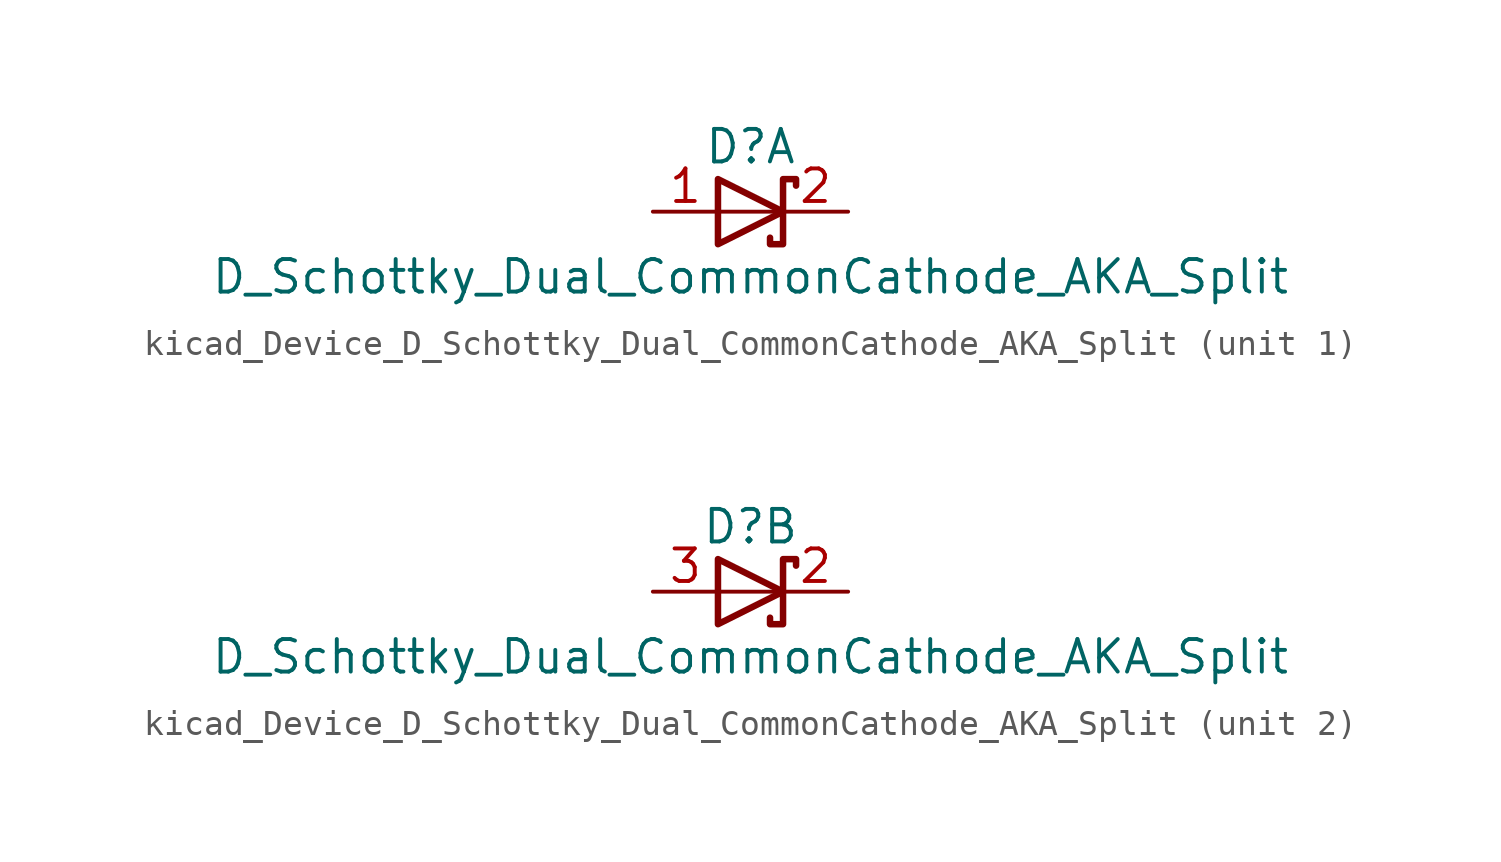
<source format=kicad_sym>
(kicad_symbol_lib
  (version 20220914)
  (generator kicad_symbol_editor)
  (symbol "kicad_Device_D_Schottky_Dual_CommonCathode_AKA_Split"
    (pin_names
      (offset 0.762) hide)
    (property "Reference" "D"
      (at 0 2.54 0)
      (effects (font (size 1.27 1.27))))
    (property "Value" "D_Schottky_Dual_CommonCathode_AKA_Split"
      (at 0 -2.54 0)
      (effects (font (size 1.27 1.27))))
    (property "ki_locked" ""
      (at 0 0 0)
      (effects (font (size 1.27 1.27))))
    (symbol "kicad_Device_D_Schottky_Dual_CommonCathode_AKA_Split_0_1"
      (polyline (pts (xy 1.27 0) (xy -1.27 0)) (stroke (width 0) (type default)) (fill (type none)))
      (polyline (pts (xy -1.27 1.27) (xy 1.27 0) (xy -1.27 -1.27) (xy -1.27 1.27) (xy -1.27 1.27) (xy -1.27 1.27)) (stroke (width 0.254) (type default)) (fill (type none)))
      (polyline (pts (xy 1.778 1.016) (xy 1.778 1.27) (xy 1.27 1.27) (xy 1.27 -1.27) (xy 0.762 -1.27) (xy 0.762 -1.016)) (stroke (width 0.254) (type default)) (fill (type none)))
      (pin passive line (at 3.81 0 180) (length 2.54) (name "K" (effects (font (size 1.27 1.27)))) (number "2" (effects (font (size 1.27 1.27))))))
    (symbol "kicad_Device_D_Schottky_Dual_CommonCathode_AKA_Split_1_1"
      (pin passive line (at -3.81 0 0) (length 2.54) (name "A" (effects (font (size 1.27 1.27)))) (number "1" (effects (font (size 1.27 1.27))))))
    (symbol "kicad_Device_D_Schottky_Dual_CommonCathode_AKA_Split_2_1"
      (pin passive line (at -3.81 0 0) (length 2.54) (name "K" (effects (font (size 1.27 1.27)))) (number "3" (effects (font (size 1.27 1.27))))))))
</source>
